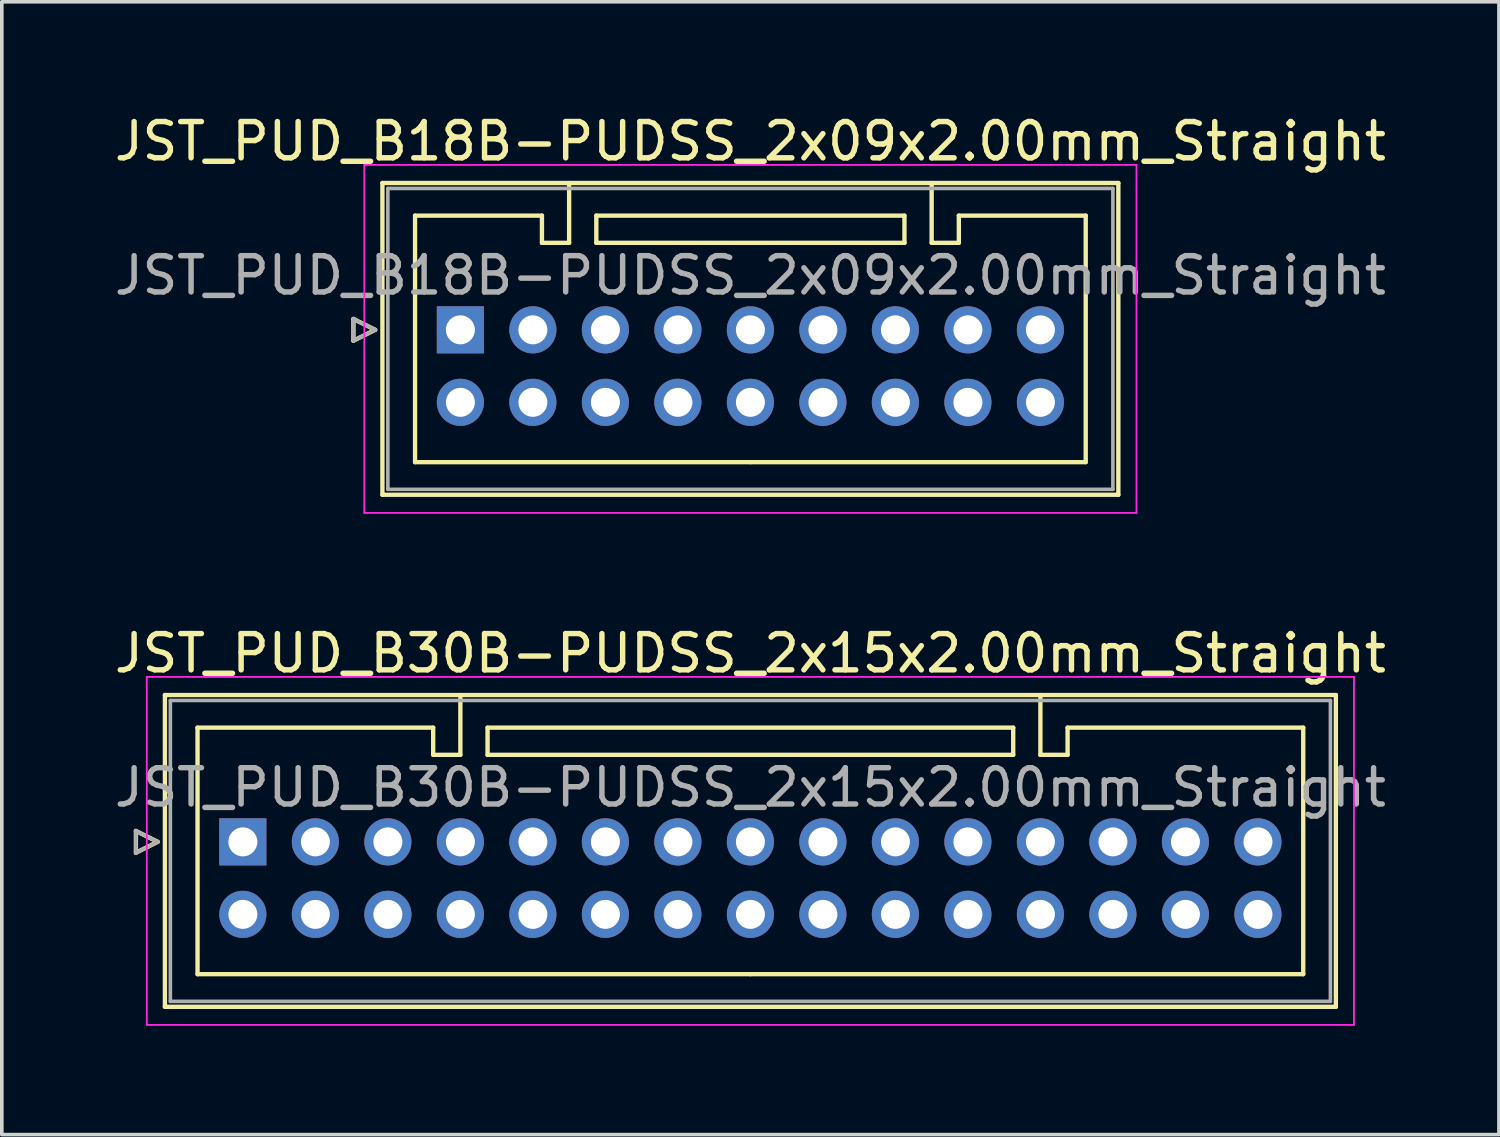
<source format=kicad_pcb>
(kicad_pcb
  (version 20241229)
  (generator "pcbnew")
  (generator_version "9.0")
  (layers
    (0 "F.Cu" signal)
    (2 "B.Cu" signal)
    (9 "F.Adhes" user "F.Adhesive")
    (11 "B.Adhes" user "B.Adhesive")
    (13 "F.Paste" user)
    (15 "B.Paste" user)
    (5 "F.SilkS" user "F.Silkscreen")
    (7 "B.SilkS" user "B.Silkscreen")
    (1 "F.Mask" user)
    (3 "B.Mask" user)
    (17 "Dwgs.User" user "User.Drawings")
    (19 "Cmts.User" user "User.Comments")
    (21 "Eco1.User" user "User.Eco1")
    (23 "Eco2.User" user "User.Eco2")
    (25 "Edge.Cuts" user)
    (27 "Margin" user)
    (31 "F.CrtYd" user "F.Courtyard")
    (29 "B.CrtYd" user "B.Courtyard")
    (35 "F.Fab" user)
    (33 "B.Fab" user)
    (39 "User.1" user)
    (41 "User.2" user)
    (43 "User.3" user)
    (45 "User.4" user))
  (footprint "JST_PUD_B18B-PUDSS_2x09x2.00mm_Straight"
    (layer "F.Cu")
    (at 9.649 6.048)
    (property "Reference" "JST_PUD_B18B-PUDSS_2x09x2.00mm_Straight" (at 8 -5.2 0) (layer "F.SilkS") (effects (font (size 1 1) (thickness 0.15))))
    (attr through_hole)
    (fp_line (start -2.95 -0.3) (end -2.35 0) (stroke (width 0.12) (type solid)) (layer "F.SilkS"))
    (fp_line (start -2.95 0.3) (end -2.95 -0.3) (stroke (width 0.12) (type solid)) (layer "F.SilkS"))
    (fp_line (start -2.35 0) (end -2.95 0.3) (stroke (width 0.12) (type solid)) (layer "F.SilkS"))
    (fp_line (start -2.15 -4.05) (end -2.15 4.55) (stroke (width 0.12) (type solid)) (layer "F.SilkS"))
    (fp_line (start -2.15 4.55) (end 18.15 4.55) (stroke (width 0.12) (type solid)) (layer "F.SilkS"))
    (fp_line (start -1.25 -3.15) (end -1.25 3.65) (stroke (width 0.12) (type solid)) (layer "F.SilkS"))
    (fp_line (start -1.25 3.65) (end 8 3.65) (stroke (width 0.12) (type solid)) (layer "F.SilkS"))
    (fp_line (start 2.25 -3.15) (end -1.25 -3.15) (stroke (width 0.12) (type solid)) (layer "F.SilkS"))
    (fp_line (start 2.25 -2.4) (end 2.25 -3.15) (stroke (width 0.12) (type solid)) (layer "F.SilkS"))
    (fp_line (start 3 -4.05) (end 3 -2.4) (stroke (width 0.12) (type solid)) (layer "F.SilkS"))
    (fp_line (start 3 -2.4) (end 2.25 -2.4) (stroke (width 0.12) (type solid)) (layer "F.SilkS"))
    (fp_line (start 3.75 -3.15) (end 3.75 -2.4) (stroke (width 0.12) (type solid)) (layer "F.SilkS"))
    (fp_line (start 3.75 -2.4) (end 12.25 -2.4) (stroke (width 0.12) (type solid)) (layer "F.SilkS"))
    (fp_line (start 12.25 -3.15) (end 3.75 -3.15) (stroke (width 0.12) (type solid)) (layer "F.SilkS"))
    (fp_line (start 12.25 -2.4) (end 12.25 -3.15) (stroke (width 0.12) (type solid)) (layer "F.SilkS"))
    (fp_line (start 13 -4.05) (end 13 -2.4) (stroke (width 0.12) (type solid)) (layer "F.SilkS"))
    (fp_line (start 13 -2.4) (end 13.75 -2.4) (stroke (width 0.12) (type solid)) (layer "F.SilkS"))
    (fp_line (start 13.75 -3.15) (end 17.25 -3.15) (stroke (width 0.12) (type solid)) (layer "F.SilkS"))
    (fp_line (start 13.75 -2.4) (end 13.75 -3.15) (stroke (width 0.12) (type solid)) (layer "F.SilkS"))
    (fp_line (start 17.25 -3.15) (end 17.25 3.65) (stroke (width 0.12) (type solid)) (layer "F.SilkS"))
    (fp_line (start 17.25 3.65) (end 8 3.65) (stroke (width 0.12) (type solid)) (layer "F.SilkS"))
    (fp_line (start 18.15 -4.05) (end -2.15 -4.05) (stroke (width 0.12) (type solid)) (layer "F.SilkS"))
    (fp_line (start 18.15 4.55) (end 18.15 -4.05) (stroke (width 0.12) (type solid)) (layer "F.SilkS"))
    (fp_line (start -2.65 -4.55) (end -2.65 5.05) (stroke (width 0.05) (type solid)) (layer "F.CrtYd"))
    (fp_line (start -2.65 5.05) (end 18.65 5.05) (stroke (width 0.05) (type solid)) (layer "F.CrtYd"))
    (fp_line (start 18.65 -4.55) (end -2.65 -4.55) (stroke (width 0.05) (type solid)) (layer "F.CrtYd"))
    (fp_line (start 18.65 5.05) (end 18.65 -4.55) (stroke (width 0.05) (type solid)) (layer "F.CrtYd"))
    (fp_line (start -2.95 -0.3) (end -2.35 0) (stroke (width 0.1) (type solid)) (layer "F.Fab"))
    (fp_line (start -2.95 0.3) (end -2.95 -0.3) (stroke (width 0.1) (type solid)) (layer "F.Fab"))
    (fp_line (start -2.35 0) (end -2.95 0.3) (stroke (width 0.1) (type solid)) (layer "F.Fab"))
    (fp_line (start -2 -3.9) (end -2 4.4) (stroke (width 0.1) (type solid)) (layer "F.Fab"))
    (fp_line (start -2 4.4) (end 18 4.4) (stroke (width 0.1) (type solid)) (layer "F.Fab"))
    (fp_line (start 18 -3.9) (end -2 -3.9) (stroke (width 0.1) (type solid)) (layer "F.Fab"))
    (fp_line (start 18 4.4) (end 18 -3.9) (stroke (width 0.1) (type solid)) (layer "F.Fab"))
    (fp_text user "${REFERENCE}" (at 8 -1.5 0) (layer "F.Fab") (effects (font (size 1 1) (thickness 0.15))))
    (pad "1" thru_hole rect (at 0 0) (size 1.3 1.3) (drill 0.8) (layers "*.Cu" "*.Mask"))
    (pad "2" thru_hole circle (at 0 2) (size 1.3 1.3) (drill 0.8) (layers "*.Cu" "*.Mask"))
    (pad "3" thru_hole circle (at 2 0) (size 1.3 1.3) (drill 0.8) (layers "*.Cu" "*.Mask"))
    (pad "4" thru_hole circle (at 2 2) (size 1.3 1.3) (drill 0.8) (layers "*.Cu" "*.Mask"))
    (pad "5" thru_hole circle (at 4 0) (size 1.3 1.3) (drill 0.8) (layers "*.Cu" "*.Mask"))
    (pad "6" thru_hole circle (at 4 2) (size 1.3 1.3) (drill 0.8) (layers "*.Cu" "*.Mask"))
    (pad "7" thru_hole circle (at 6 0) (size 1.3 1.3) (drill 0.8) (layers "*.Cu" "*.Mask"))
    (pad "8" thru_hole circle (at 6 2) (size 1.3 1.3) (drill 0.8) (layers "*.Cu" "*.Mask"))
    (pad "9" thru_hole circle (at 8 0) (size 1.3 1.3) (drill 0.8) (layers "*.Cu" "*.Mask"))
    (pad "10" thru_hole circle (at 8 2) (size 1.3 1.3) (drill 0.8) (layers "*.Cu" "*.Mask"))
    (pad "11" thru_hole circle (at 10 0) (size 1.3 1.3) (drill 0.8) (layers "*.Cu" "*.Mask"))
    (pad "12" thru_hole circle (at 10 2) (size 1.3 1.3) (drill 0.8) (layers "*.Cu" "*.Mask"))
    (pad "13" thru_hole circle (at 12 0) (size 1.3 1.3) (drill 0.8) (layers "*.Cu" "*.Mask"))
    (pad "14" thru_hole circle (at 12 2) (size 1.3 1.3) (drill 0.8) (layers "*.Cu" "*.Mask"))
    (pad "15" thru_hole circle (at 14 0) (size 1.3 1.3) (drill 0.8) (layers "*.Cu" "*.Mask"))
    (pad "16" thru_hole circle (at 14 2) (size 1.3 1.3) (drill 0.8) (layers "*.Cu" "*.Mask"))
    (pad "17" thru_hole circle (at 16 0) (size 1.3 1.3) (drill 0.8) (layers "*.Cu" "*.Mask"))
    (pad "18" thru_hole circle (at 16 2) (size 1.3 1.3) (drill 0.8) (layers "*.Cu" "*.Mask")))
  (footprint "JST_PUD_B30B-PUDSS_2x15x2.00mm_Straight"
    (layer "F.Cu")
    (at 3.649 20.172)
    (property "Reference" "JST_PUD_B30B-PUDSS_2x15x2.00mm_Straight" (at 14 -5.2 0) (layer "F.SilkS") (effects (font (size 1 1) (thickness 0.15))))
    (attr through_hole)
    (fp_line (start -2.95 -0.3) (end -2.35 0) (stroke (width 0.12) (type solid)) (layer "F.SilkS"))
    (fp_line (start -2.95 0.3) (end -2.95 -0.3) (stroke (width 0.12) (type solid)) (layer "F.SilkS"))
    (fp_line (start -2.35 0) (end -2.95 0.3) (stroke (width 0.12) (type solid)) (layer "F.SilkS"))
    (fp_line (start -2.15 -4.05) (end -2.15 4.55) (stroke (width 0.12) (type solid)) (layer "F.SilkS"))
    (fp_line (start -2.15 4.55) (end 30.15 4.55) (stroke (width 0.12) (type solid)) (layer "F.SilkS"))
    (fp_line (start -1.25 -3.15) (end -1.25 3.65) (stroke (width 0.12) (type solid)) (layer "F.SilkS"))
    (fp_line (start -1.25 3.65) (end 14 3.65) (stroke (width 0.12) (type solid)) (layer "F.SilkS"))
    (fp_line (start 5.25 -3.15) (end -1.25 -3.15) (stroke (width 0.12) (type solid)) (layer "F.SilkS"))
    (fp_line (start 5.25 -2.4) (end 5.25 -3.15) (stroke (width 0.12) (type solid)) (layer "F.SilkS"))
    (fp_line (start 6 -4.05) (end 6 -2.4) (stroke (width 0.12) (type solid)) (layer "F.SilkS"))
    (fp_line (start 6 -2.4) (end 5.25 -2.4) (stroke (width 0.12) (type solid)) (layer "F.SilkS"))
    (fp_line (start 6.75 -3.15) (end 6.75 -2.4) (stroke (width 0.12) (type solid)) (layer "F.SilkS"))
    (fp_line (start 6.75 -2.4) (end 21.25 -2.4) (stroke (width 0.12) (type solid)) (layer "F.SilkS"))
    (fp_line (start 21.25 -3.15) (end 6.75 -3.15) (stroke (width 0.12) (type solid)) (layer "F.SilkS"))
    (fp_line (start 21.25 -2.4) (end 21.25 -3.15) (stroke (width 0.12) (type solid)) (layer "F.SilkS"))
    (fp_line (start 22 -4.05) (end 22 -2.4) (stroke (width 0.12) (type solid)) (layer "F.SilkS"))
    (fp_line (start 22 -2.4) (end 22.75 -2.4) (stroke (width 0.12) (type solid)) (layer "F.SilkS"))
    (fp_line (start 22.75 -3.15) (end 29.25 -3.15) (stroke (width 0.12) (type solid)) (layer "F.SilkS"))
    (fp_line (start 22.75 -2.4) (end 22.75 -3.15) (stroke (width 0.12) (type solid)) (layer "F.SilkS"))
    (fp_line (start 29.25 -3.15) (end 29.25 3.65) (stroke (width 0.12) (type solid)) (layer "F.SilkS"))
    (fp_line (start 29.25 3.65) (end 14 3.65) (stroke (width 0.12) (type solid)) (layer "F.SilkS"))
    (fp_line (start 30.15 -4.05) (end -2.15 -4.05) (stroke (width 0.12) (type solid)) (layer "F.SilkS"))
    (fp_line (start 30.15 4.55) (end 30.15 -4.05) (stroke (width 0.12) (type solid)) (layer "F.SilkS"))
    (fp_line (start -2.65 -4.55) (end -2.65 5.05) (stroke (width 0.05) (type solid)) (layer "F.CrtYd"))
    (fp_line (start -2.65 5.05) (end 30.65 5.05) (stroke (width 0.05) (type solid)) (layer "F.CrtYd"))
    (fp_line (start 30.65 -4.55) (end -2.65 -4.55) (stroke (width 0.05) (type solid)) (layer "F.CrtYd"))
    (fp_line (start 30.65 5.05) (end 30.65 -4.55) (stroke (width 0.05) (type solid)) (layer "F.CrtYd"))
    (fp_line (start -2.95 -0.3) (end -2.35 0) (stroke (width 0.1) (type solid)) (layer "F.Fab"))
    (fp_line (start -2.95 0.3) (end -2.95 -0.3) (stroke (width 0.1) (type solid)) (layer "F.Fab"))
    (fp_line (start -2.35 0) (end -2.95 0.3) (stroke (width 0.1) (type solid)) (layer "F.Fab"))
    (fp_line (start -2 -3.9) (end -2 4.4) (stroke (width 0.1) (type solid)) (layer "F.Fab"))
    (fp_line (start -2 4.4) (end 30 4.4) (stroke (width 0.1) (type solid)) (layer "F.Fab"))
    (fp_line (start 30 -3.9) (end -2 -3.9) (stroke (width 0.1) (type solid)) (layer "F.Fab"))
    (fp_line (start 30 4.4) (end 30 -3.9) (stroke (width 0.1) (type solid)) (layer "F.Fab"))
    (fp_text user "${REFERENCE}" (at 14 -1.5 0) (layer "F.Fab") (effects (font (size 1 1) (thickness 0.15))))
    (pad "1" thru_hole rect (at 0 0) (size 1.3 1.3) (drill 0.8) (layers "*.Cu" "*.Mask"))
    (pad "2" thru_hole circle (at 0 2) (size 1.3 1.3) (drill 0.8) (layers "*.Cu" "*.Mask"))
    (pad "3" thru_hole circle (at 2 0) (size 1.3 1.3) (drill 0.8) (layers "*.Cu" "*.Mask"))
    (pad "4" thru_hole circle (at 2 2) (size 1.3 1.3) (drill 0.8) (layers "*.Cu" "*.Mask"))
    (pad "5" thru_hole circle (at 4 0) (size 1.3 1.3) (drill 0.8) (layers "*.Cu" "*.Mask"))
    (pad "6" thru_hole circle (at 4 2) (size 1.3 1.3) (drill 0.8) (layers "*.Cu" "*.Mask"))
    (pad "7" thru_hole circle (at 6 0) (size 1.3 1.3) (drill 0.8) (layers "*.Cu" "*.Mask"))
    (pad "8" thru_hole circle (at 6 2) (size 1.3 1.3) (drill 0.8) (layers "*.Cu" "*.Mask"))
    (pad "9" thru_hole circle (at 8 0) (size 1.3 1.3) (drill 0.8) (layers "*.Cu" "*.Mask"))
    (pad "10" thru_hole circle (at 8 2) (size 1.3 1.3) (drill 0.8) (layers "*.Cu" "*.Mask"))
    (pad "11" thru_hole circle (at 10 0) (size 1.3 1.3) (drill 0.8) (layers "*.Cu" "*.Mask"))
    (pad "12" thru_hole circle (at 10 2) (size 1.3 1.3) (drill 0.8) (layers "*.Cu" "*.Mask"))
    (pad "13" thru_hole circle (at 12 0) (size 1.3 1.3) (drill 0.8) (layers "*.Cu" "*.Mask"))
    (pad "14" thru_hole circle (at 12 2) (size 1.3 1.3) (drill 0.8) (layers "*.Cu" "*.Mask"))
    (pad "15" thru_hole circle (at 14 0) (size 1.3 1.3) (drill 0.8) (layers "*.Cu" "*.Mask"))
    (pad "16" thru_hole circle (at 14 2) (size 1.3 1.3) (drill 0.8) (layers "*.Cu" "*.Mask"))
    (pad "17" thru_hole circle (at 16 0) (size 1.3 1.3) (drill 0.8) (layers "*.Cu" "*.Mask"))
    (pad "18" thru_hole circle (at 16 2) (size 1.3 1.3) (drill 0.8) (layers "*.Cu" "*.Mask"))
    (pad "19" thru_hole circle (at 18 0) (size 1.3 1.3) (drill 0.8) (layers "*.Cu" "*.Mask"))
    (pad "20" thru_hole circle (at 18 2) (size 1.3 1.3) (drill 0.8) (layers "*.Cu" "*.Mask"))
    (pad "21" thru_hole circle (at 20 0) (size 1.3 1.3) (drill 0.8) (layers "*.Cu" "*.Mask"))
    (pad "22" thru_hole circle (at 20 2) (size 1.3 1.3) (drill 0.8) (layers "*.Cu" "*.Mask"))
    (pad "23" thru_hole circle (at 22 0) (size 1.3 1.3) (drill 0.8) (layers "*.Cu" "*.Mask"))
    (pad "24" thru_hole circle (at 22 2) (size 1.3 1.3) (drill 0.8) (layers "*.Cu" "*.Mask"))
    (pad "25" thru_hole circle (at 24 0) (size 1.3 1.3) (drill 0.8) (layers "*.Cu" "*.Mask"))
    (pad "26" thru_hole circle (at 24 2) (size 1.3 1.3) (drill 0.8) (layers "*.Cu" "*.Mask"))
    (pad "27" thru_hole circle (at 26 0) (size 1.3 1.3) (drill 0.8) (layers "*.Cu" "*.Mask"))
    (pad "28" thru_hole circle (at 26 2) (size 1.3 1.3) (drill 0.8) (layers "*.Cu" "*.Mask"))
    (pad "29" thru_hole circle (at 28 0) (size 1.3 1.3) (drill 0.8) (layers "*.Cu" "*.Mask"))
    (pad "30" thru_hole circle (at 28 2) (size 1.3 1.3) (drill 0.8) (layers "*.Cu" "*.Mask")))
  (gr_rect
    (start -3 -3)
    (end 38.298 28.247)
    (stroke (width 0.1) (type default))
    (fill no)
    (layer "Edge.Cuts")))
</source>
